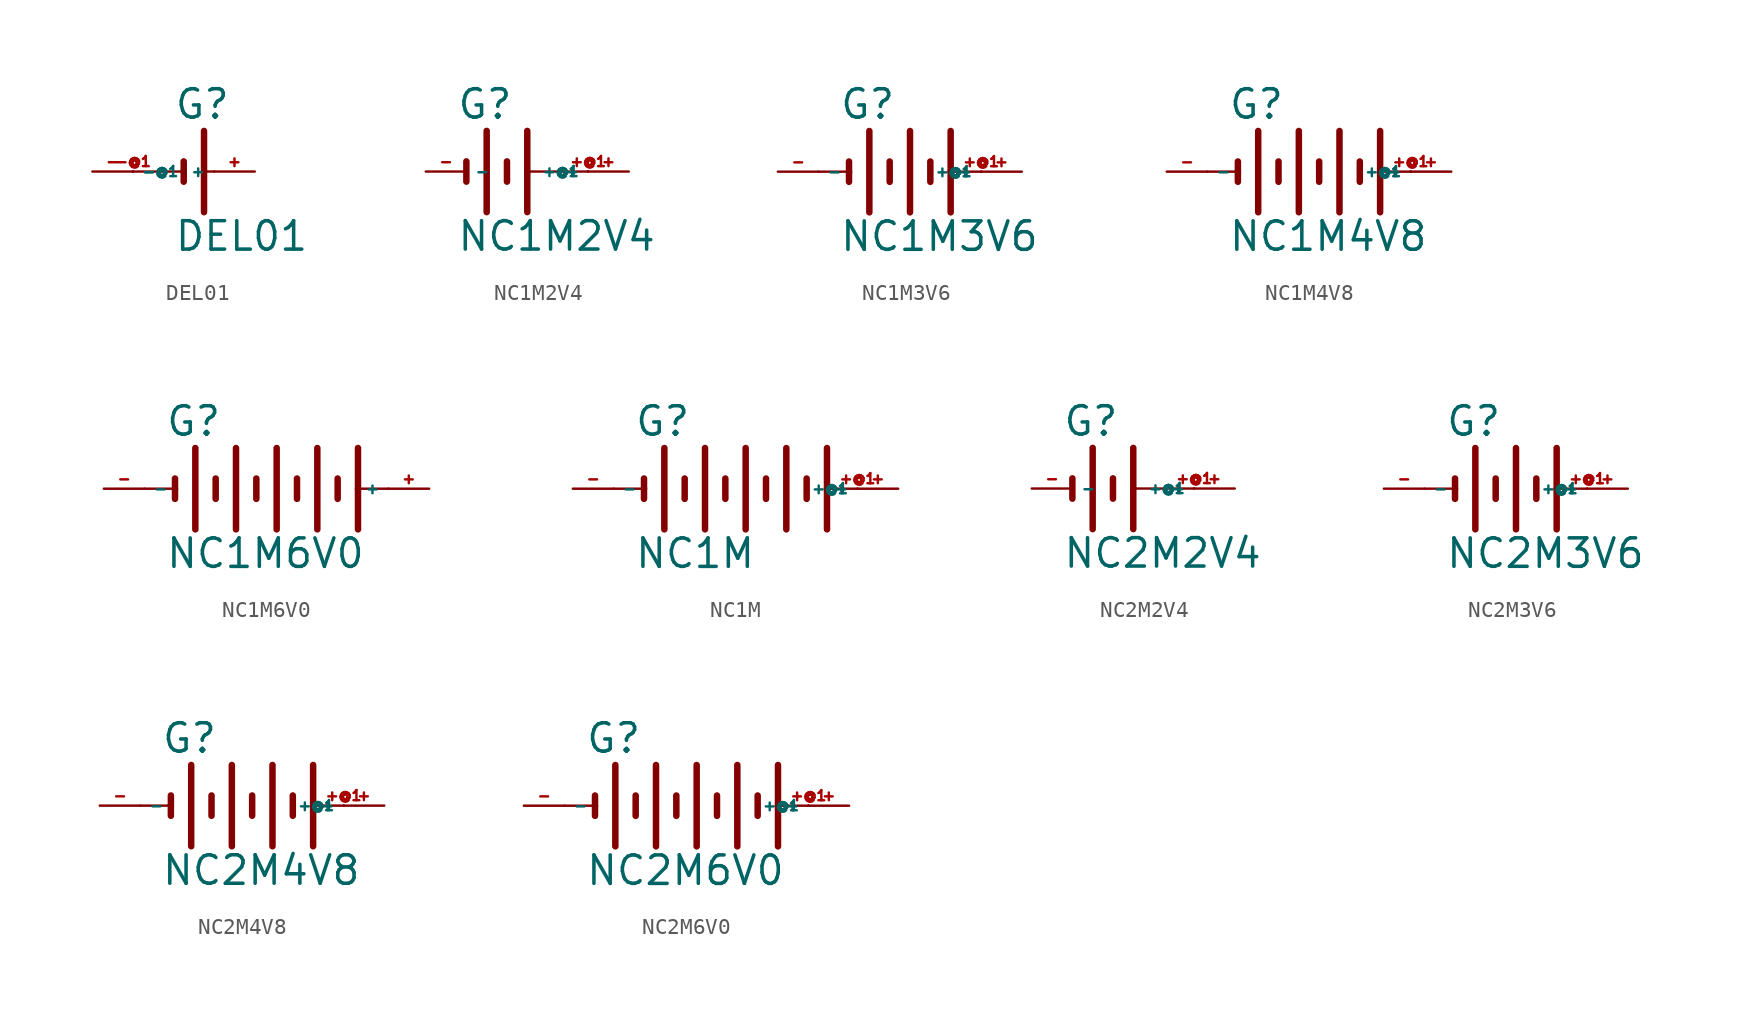
<source format=kicad_sym>
(kicad_symbol_lib
  (version 20220914)
  (generator Eagle2Kicad)
  (symbol "DEL01"
    (property "Reference" "G"
      (at 0 3.175 0)
      (effects (font (size 1.778 1.778) (thickness 0.22)) (justify left bottom)))
    (property "Value" "DEL01"
      (at 0 -5.08 0)
      (effects (font (size 1.778 1.778) (thickness 0.22)) (justify left bottom)))
    (polyline
      (pts (xy 0.635 0.635) (xy 0.635 0))
      (stroke (width 0.406) (type default))
      (fill (type none)))
    (polyline
      (pts (xy -2.54 0) (xy 0.635 0))
      (stroke (width 0.152) (type default))
      (fill (type none)))
    (polyline
      (pts (xy 0.635 0) (xy 0.635 -0.635))
      (stroke (width 0.406) (type default))
      (fill (type none)))
    (polyline
      (pts (xy 1.905 2.54) (xy 1.905 0))
      (stroke (width 0.406) (type default))
      (fill (type none)))
    (polyline
      (pts (xy 1.905 0) (xy 2.54 0))
      (stroke (width 0.152) (type default))
      (fill (type none)))
    (polyline
      (pts (xy 1.905 0) (xy 1.905 -2.54))
      (stroke (width 0.406) (type default))
      (fill (type none)))
    (pin passive line
      (at 5.08 0 180)
      (length 2.54)
      (name "+" (effects (font (size 0.635 0.635) (thickness 0.08)) (justify left bottom)))
      (number "+" (effects (font (size 0.635 0.635) (thickness 0.08)) (justify left bottom))))
    (pin passive line
      (at -5.08 0 0)
      (length 2.54)
      (name "-" (effects (font (size 0.635 0.635) (thickness 0.08)) (justify left bottom)))
      (number "-" (effects (font (size 0.635 0.635) (thickness 0.08)) (justify left bottom))))
    (pin passive line
      (at -2.54 0 0)
      (length 0)
      (name "-@1" (effects (font (size 0.635 0.635) (thickness 0.08)) (justify left bottom)))
      (number "-@1" (effects (font (size 0.635 0.635) (thickness 0.08)) (justify left bottom)))))
  (symbol "NC1M2V4"
    (property "Reference" "G"
      (at -3.175 3.175 0)
      (effects (font (size 1.778 1.778) (thickness 0.22)) (justify left bottom)))
    (property "Value" "NC1M2V4"
      (at -3.175 -5.08 0)
      (effects (font (size 1.778 1.778) (thickness 0.22)) (justify left bottom)))
    (polyline
      (pts (xy -2.54 0.635) (xy -2.54 -0.635))
      (stroke (width 0.406) (type default))
      (fill (type none)))
    (polyline
      (pts (xy -1.27 2.54) (xy -1.27 -2.54))
      (stroke (width 0.406) (type default))
      (fill (type none)))
    (polyline
      (pts (xy 0 0.635) (xy 0 -0.635))
      (stroke (width 0.406) (type default))
      (fill (type none)))
    (polyline
      (pts (xy 1.27 2.54) (xy 1.27 0))
      (stroke (width 0.406) (type default))
      (fill (type none)))
    (polyline
      (pts (xy 1.27 0) (xy 5.08 0))
      (stroke (width 0.152) (type default))
      (fill (type none)))
    (polyline
      (pts (xy 1.27 0) (xy 1.27 -2.54))
      (stroke (width 0.406) (type default))
      (fill (type none)))
    (pin passive line
      (at 7.62 0 180)
      (length 2.54)
      (name "+" (effects (font (size 0.635 0.635) (thickness 0.08)) (justify left bottom)))
      (number "+" (effects (font (size 0.635 0.635) (thickness 0.08)) (justify left bottom))))
    (pin passive line
      (at -5.08 0 0)
      (length 2.54)
      (name "-" (effects (font (size 0.635 0.635) (thickness 0.08)) (justify left bottom)))
      (number "-" (effects (font (size 0.635 0.635) (thickness 0.08)) (justify left bottom))))
    (pin passive line
      (at 5.08 0 180)
      (length 0)
      (name "+@1" (effects (font (size 0.635 0.635) (thickness 0.08)) (justify left bottom)))
      (number "+@1" (effects (font (size 0.635 0.635) (thickness 0.08)) (justify left bottom)))))
  (symbol "NC1M3V6"
    (property "Reference" "G"
      (at -3.81 3.175 0)
      (effects (font (size 1.778 1.778) (thickness 0.22)) (justify left bottom)))
    (property "Value" "NC1M3V6"
      (at -3.81 -5.08 0)
      (effects (font (size 1.778 1.778) (thickness 0.22)) (justify left bottom)))
    (polyline
      (pts (xy -3.175 0.635) (xy -3.175 0))
      (stroke (width 0.406) (type default))
      (fill (type none)))
    (polyline
      (pts (xy -5.08 0) (xy -3.175 0))
      (stroke (width 0.152) (type default))
      (fill (type none)))
    (polyline
      (pts (xy -3.175 0) (xy -3.175 -0.635))
      (stroke (width 0.406) (type default))
      (fill (type none)))
    (polyline
      (pts (xy -1.905 2.54) (xy -1.905 -2.54))
      (stroke (width 0.406) (type default))
      (fill (type none)))
    (polyline
      (pts (xy 1.905 0.635) (xy 1.905 -0.635))
      (stroke (width 0.406) (type default))
      (fill (type none)))
    (polyline
      (pts (xy 3.175 2.54) (xy 3.175 0))
      (stroke (width 0.406) (type default))
      (fill (type none)))
    (polyline
      (pts (xy 3.175 0) (xy 5.08 0))
      (stroke (width 0.152) (type default))
      (fill (type none)))
    (polyline
      (pts (xy 3.175 0) (xy 3.175 -2.54))
      (stroke (width 0.406) (type default))
      (fill (type none)))
    (polyline
      (pts (xy 0.635 2.54) (xy 0.635 -2.54))
      (stroke (width 0.406) (type default))
      (fill (type none)))
    (polyline
      (pts (xy -0.635 0.635) (xy -0.635 -0.635))
      (stroke (width 0.406) (type default))
      (fill (type none)))
    (pin passive line
      (at 7.62 0 180)
      (length 2.54)
      (name "+" (effects (font (size 0.635 0.635) (thickness 0.08)) (justify left bottom)))
      (number "+" (effects (font (size 0.635 0.635) (thickness 0.08)) (justify left bottom))))
    (pin passive line
      (at -7.62 0 0)
      (length 2.54)
      (name "-" (effects (font (size 0.635 0.635) (thickness 0.08)) (justify left bottom)))
      (number "-" (effects (font (size 0.635 0.635) (thickness 0.08)) (justify left bottom))))
    (pin passive line
      (at 5.08 0 180)
      (length 0)
      (name "+@1" (effects (font (size 0.635 0.635) (thickness 0.08)) (justify left bottom)))
      (number "+@1" (effects (font (size 0.635 0.635) (thickness 0.08)) (justify left bottom)))))
  (symbol "NC1M4V8"
    (property "Reference" "G"
      (at -6.35 3.175 0)
      (effects (font (size 1.778 1.778) (thickness 0.22)) (justify left bottom)))
    (property "Value" "NC1M4V8"
      (at -6.35 -5.08 0)
      (effects (font (size 1.778 1.778) (thickness 0.22)) (justify left bottom)))
    (polyline
      (pts (xy -5.715 0.635) (xy -5.715 0))
      (stroke (width 0.406) (type default))
      (fill (type none)))
    (polyline
      (pts (xy -7.62 0) (xy -5.715 0))
      (stroke (width 0.152) (type default))
      (fill (type none)))
    (polyline
      (pts (xy -5.715 0) (xy -5.715 -0.635))
      (stroke (width 0.406) (type default))
      (fill (type none)))
    (polyline
      (pts (xy -4.445 2.54) (xy -4.445 -2.54))
      (stroke (width 0.406) (type default))
      (fill (type none)))
    (polyline
      (pts (xy -3.175 0.635) (xy -3.175 -0.635))
      (stroke (width 0.406) (type default))
      (fill (type none)))
    (polyline
      (pts (xy 3.175 2.54) (xy 3.175 0))
      (stroke (width 0.406) (type default))
      (fill (type none)))
    (polyline
      (pts (xy 3.175 0) (xy 5.08 0))
      (stroke (width 0.152) (type default))
      (fill (type none)))
    (polyline
      (pts (xy 3.175 0) (xy 3.175 -2.54))
      (stroke (width 0.406) (type default))
      (fill (type none)))
    (polyline
      (pts (xy -1.905 2.54) (xy -1.905 -2.54))
      (stroke (width 0.406) (type default))
      (fill (type none)))
    (polyline
      (pts (xy -0.635 0.635) (xy -0.635 -0.635))
      (stroke (width 0.406) (type default))
      (fill (type none)))
    (polyline
      (pts (xy 0.635 2.54) (xy 0.635 -2.54))
      (stroke (width 0.406) (type default))
      (fill (type none)))
    (polyline
      (pts (xy 1.905 0.635) (xy 1.905 -0.635))
      (stroke (width 0.406) (type default))
      (fill (type none)))
    (pin passive line
      (at 7.62 0 180)
      (length 2.54)
      (name "+" (effects (font (size 0.635 0.635) (thickness 0.08)) (justify left bottom)))
      (number "+" (effects (font (size 0.635 0.635) (thickness 0.08)) (justify left bottom))))
    (pin passive line
      (at -10.16 0 0)
      (length 2.54)
      (name "-" (effects (font (size 0.635 0.635) (thickness 0.08)) (justify left bottom)))
      (number "-" (effects (font (size 0.635 0.635) (thickness 0.08)) (justify left bottom))))
    (pin passive line
      (at 5.08 0 180)
      (length 0)
      (name "+@1" (effects (font (size 0.635 0.635) (thickness 0.08)) (justify left bottom)))
      (number "+@1" (effects (font (size 0.635 0.635) (thickness 0.08)) (justify left bottom)))))
  (symbol "NC1M6V0"
    (property "Reference" "G"
      (at -6.35 3.175 0)
      (effects (font (size 1.778 1.778) (thickness 0.22)) (justify left bottom)))
    (property "Value" "NC1M6V0"
      (at -6.35 -5.08 0)
      (effects (font (size 1.778 1.778) (thickness 0.22)) (justify left bottom)))
    (polyline
      (pts (xy -5.715 0.635) (xy -5.715 0))
      (stroke (width 0.406) (type default))
      (fill (type none)))
    (polyline
      (pts (xy -7.62 0) (xy -5.715 0))
      (stroke (width 0.152) (type default))
      (fill (type none)))
    (polyline
      (pts (xy -5.715 0) (xy -5.715 -0.635))
      (stroke (width 0.406) (type default))
      (fill (type none)))
    (polyline
      (pts (xy -4.445 2.54) (xy -4.445 -2.54))
      (stroke (width 0.406) (type default))
      (fill (type none)))
    (polyline
      (pts (xy -3.175 0.635) (xy -3.175 -0.635))
      (stroke (width 0.406) (type default))
      (fill (type none)))
    (polyline
      (pts (xy 5.715 2.54) (xy 5.715 0))
      (stroke (width 0.406) (type default))
      (fill (type none)))
    (polyline
      (pts (xy 5.715 0) (xy 7.62 0))
      (stroke (width 0.152) (type default))
      (fill (type none)))
    (polyline
      (pts (xy 5.715 0) (xy 5.715 -2.54))
      (stroke (width 0.406) (type default))
      (fill (type none)))
    (polyline
      (pts (xy -1.905 2.54) (xy -1.905 -2.54))
      (stroke (width 0.406) (type default))
      (fill (type none)))
    (polyline
      (pts (xy -0.635 0.635) (xy -0.635 -0.635))
      (stroke (width 0.406) (type default))
      (fill (type none)))
    (polyline
      (pts (xy 0.635 2.54) (xy 0.635 -2.54))
      (stroke (width 0.406) (type default))
      (fill (type none)))
    (polyline
      (pts (xy 1.905 0.635) (xy 1.905 -0.635))
      (stroke (width 0.406) (type default))
      (fill (type none)))
    (polyline
      (pts (xy 4.445 0.635) (xy 4.445 -0.635))
      (stroke (width 0.406) (type default))
      (fill (type none)))
    (polyline
      (pts (xy 3.175 2.54) (xy 3.175 -2.54))
      (stroke (width 0.406) (type default))
      (fill (type none)))
    (pin passive line
      (at 10.16 0 180)
      (length 2.54)
      (name "+" (effects (font (size 0.635 0.635) (thickness 0.08)) (justify left bottom)))
      (number "+" (effects (font (size 0.635 0.635) (thickness 0.08)) (justify left bottom))))
    (pin passive line
      (at -10.16 0 0)
      (length 2.54)
      (name "-" (effects (font (size 0.635 0.635) (thickness 0.08)) (justify left bottom)))
      (number "-" (effects (font (size 0.635 0.635) (thickness 0.08)) (justify left bottom)))))
  (symbol "NC1M"
    (property "Reference" "G"
      (at -6.35 3.175 0)
      (effects (font (size 1.778 1.778) (thickness 0.22)) (justify left bottom)))
    (property "Value" "NC1M"
      (at -6.35 -5.08 0)
      (effects (font (size 1.778 1.778) (thickness 0.22)) (justify left bottom)))
    (polyline
      (pts (xy -5.715 0.635) (xy -5.715 0))
      (stroke (width 0.406) (type default))
      (fill (type none)))
    (polyline
      (pts (xy -7.62 0) (xy -5.715 0))
      (stroke (width 0.152) (type default))
      (fill (type none)))
    (polyline
      (pts (xy -5.715 0) (xy -5.715 -0.635))
      (stroke (width 0.406) (type default))
      (fill (type none)))
    (polyline
      (pts (xy -4.445 2.54) (xy -4.445 -2.54))
      (stroke (width 0.406) (type default))
      (fill (type none)))
    (polyline
      (pts (xy -3.175 0.635) (xy -3.175 -0.635))
      (stroke (width 0.406) (type default))
      (fill (type none)))
    (polyline
      (pts (xy 5.715 2.54) (xy 5.715 0))
      (stroke (width 0.406) (type default))
      (fill (type none)))
    (polyline
      (pts (xy 5.715 0) (xy 7.62 0))
      (stroke (width 0.152) (type default))
      (fill (type none)))
    (polyline
      (pts (xy 5.715 0) (xy 5.715 -2.54))
      (stroke (width 0.406) (type default))
      (fill (type none)))
    (polyline
      (pts (xy -1.905 2.54) (xy -1.905 -2.54))
      (stroke (width 0.406) (type default))
      (fill (type none)))
    (polyline
      (pts (xy -0.635 0.635) (xy -0.635 -0.635))
      (stroke (width 0.406) (type default))
      (fill (type none)))
    (polyline
      (pts (xy 0.635 2.54) (xy 0.635 -2.54))
      (stroke (width 0.406) (type default))
      (fill (type none)))
    (polyline
      (pts (xy 1.905 0.635) (xy 1.905 -0.635))
      (stroke (width 0.406) (type default))
      (fill (type none)))
    (polyline
      (pts (xy 4.445 0.635) (xy 4.445 -0.635))
      (stroke (width 0.406) (type default))
      (fill (type none)))
    (polyline
      (pts (xy 3.175 2.54) (xy 3.175 -2.54))
      (stroke (width 0.406) (type default))
      (fill (type none)))
    (pin passive line
      (at 10.16 0 180)
      (length 2.54)
      (name "+" (effects (font (size 0.635 0.635) (thickness 0.08)) (justify left bottom)))
      (number "+" (effects (font (size 0.635 0.635) (thickness 0.08)) (justify left bottom))))
    (pin passive line
      (at -10.16 0 0)
      (length 2.54)
      (name "-" (effects (font (size 0.635 0.635) (thickness 0.08)) (justify left bottom)))
      (number "-" (effects (font (size 0.635 0.635) (thickness 0.08)) (justify left bottom))))
    (pin passive line
      (at 7.62 0 180)
      (length 0)
      (name "+@1" (effects (font (size 0.635 0.635) (thickness 0.08)) (justify left bottom)))
      (number "+@1" (effects (font (size 0.635 0.635) (thickness 0.08)) (justify left bottom)))))
  (symbol "NC2M2V4"
    (property "Reference" "G"
      (at -3.175 3.175 0)
      (effects (font (size 1.778 1.778) (thickness 0.22)) (justify left bottom)))
    (property "Value" "NC2M2V4"
      (at -3.175 -5.08 0)
      (effects (font (size 1.778 1.778) (thickness 0.22)) (justify left bottom)))
    (polyline
      (pts (xy -2.54 0.635) (xy -2.54 -0.635))
      (stroke (width 0.406) (type default))
      (fill (type none)))
    (polyline
      (pts (xy -1.27 2.54) (xy -1.27 -2.54))
      (stroke (width 0.406) (type default))
      (fill (type none)))
    (polyline
      (pts (xy 0 0.635) (xy 0 -0.635))
      (stroke (width 0.406) (type default))
      (fill (type none)))
    (polyline
      (pts (xy 1.27 2.54) (xy 1.27 0))
      (stroke (width 0.406) (type default))
      (fill (type none)))
    (polyline
      (pts (xy 1.27 0) (xy 5.08 0))
      (stroke (width 0.152) (type default))
      (fill (type none)))
    (polyline
      (pts (xy 1.27 0) (xy 1.27 -2.54))
      (stroke (width 0.406) (type default))
      (fill (type none)))
    (pin passive line
      (at 7.62 0 180)
      (length 2.54)
      (name "+" (effects (font (size 0.635 0.635) (thickness 0.08)) (justify left bottom)))
      (number "+" (effects (font (size 0.635 0.635) (thickness 0.08)) (justify left bottom))))
    (pin passive line
      (at -5.08 0 0)
      (length 2.54)
      (name "-" (effects (font (size 0.635 0.635) (thickness 0.08)) (justify left bottom)))
      (number "-" (effects (font (size 0.635 0.635) (thickness 0.08)) (justify left bottom))))
    (pin passive line
      (at 5.08 0 180)
      (length 0)
      (name "+@1" (effects (font (size 0.635 0.635) (thickness 0.08)) (justify left bottom)))
      (number "+@1" (effects (font (size 0.635 0.635) (thickness 0.08)) (justify left bottom)))))
  (symbol "NC2M3V6"
    (property "Reference" "G"
      (at -3.81 3.175 0)
      (effects (font (size 1.778 1.778) (thickness 0.22)) (justify left bottom)))
    (property "Value" "NC2M3V6"
      (at -3.81 -5.08 0)
      (effects (font (size 1.778 1.778) (thickness 0.22)) (justify left bottom)))
    (polyline
      (pts (xy -3.175 0.635) (xy -3.175 0))
      (stroke (width 0.406) (type default))
      (fill (type none)))
    (polyline
      (pts (xy -5.08 0) (xy -3.175 0))
      (stroke (width 0.152) (type default))
      (fill (type none)))
    (polyline
      (pts (xy -3.175 0) (xy -3.175 -0.635))
      (stroke (width 0.406) (type default))
      (fill (type none)))
    (polyline
      (pts (xy -1.905 2.54) (xy -1.905 -2.54))
      (stroke (width 0.406) (type default))
      (fill (type none)))
    (polyline
      (pts (xy 1.905 0.635) (xy 1.905 -0.635))
      (stroke (width 0.406) (type default))
      (fill (type none)))
    (polyline
      (pts (xy 3.175 2.54) (xy 3.175 0))
      (stroke (width 0.406) (type default))
      (fill (type none)))
    (polyline
      (pts (xy 3.175 0) (xy 5.08 0))
      (stroke (width 0.152) (type default))
      (fill (type none)))
    (polyline
      (pts (xy 3.175 0) (xy 3.175 -2.54))
      (stroke (width 0.406) (type default))
      (fill (type none)))
    (polyline
      (pts (xy 0.635 2.54) (xy 0.635 -2.54))
      (stroke (width 0.406) (type default))
      (fill (type none)))
    (polyline
      (pts (xy -0.635 0.635) (xy -0.635 -0.635))
      (stroke (width 0.406) (type default))
      (fill (type none)))
    (pin passive line
      (at 7.62 0 180)
      (length 2.54)
      (name "+" (effects (font (size 0.635 0.635) (thickness 0.08)) (justify left bottom)))
      (number "+" (effects (font (size 0.635 0.635) (thickness 0.08)) (justify left bottom))))
    (pin passive line
      (at -7.62 0 0)
      (length 2.54)
      (name "-" (effects (font (size 0.635 0.635) (thickness 0.08)) (justify left bottom)))
      (number "-" (effects (font (size 0.635 0.635) (thickness 0.08)) (justify left bottom))))
    (pin passive line
      (at 5.08 0 180)
      (length 0)
      (name "+@1" (effects (font (size 0.635 0.635) (thickness 0.08)) (justify left bottom)))
      (number "+@1" (effects (font (size 0.635 0.635) (thickness 0.08)) (justify left bottom)))))
  (symbol "NC2M4V8"
    (property "Reference" "G"
      (at -6.35 3.175 0)
      (effects (font (size 1.778 1.778) (thickness 0.22)) (justify left bottom)))
    (property "Value" "NC2M4V8"
      (at -6.35 -5.08 0)
      (effects (font (size 1.778 1.778) (thickness 0.22)) (justify left bottom)))
    (polyline
      (pts (xy -5.715 0.635) (xy -5.715 0))
      (stroke (width 0.406) (type default))
      (fill (type none)))
    (polyline
      (pts (xy -7.62 0) (xy -5.715 0))
      (stroke (width 0.152) (type default))
      (fill (type none)))
    (polyline
      (pts (xy -5.715 0) (xy -5.715 -0.635))
      (stroke (width 0.406) (type default))
      (fill (type none)))
    (polyline
      (pts (xy -4.445 2.54) (xy -4.445 -2.54))
      (stroke (width 0.406) (type default))
      (fill (type none)))
    (polyline
      (pts (xy -3.175 0.635) (xy -3.175 -0.635))
      (stroke (width 0.406) (type default))
      (fill (type none)))
    (polyline
      (pts (xy 3.175 2.54) (xy 3.175 0))
      (stroke (width 0.406) (type default))
      (fill (type none)))
    (polyline
      (pts (xy 3.175 0) (xy 5.08 0))
      (stroke (width 0.152) (type default))
      (fill (type none)))
    (polyline
      (pts (xy 3.175 0) (xy 3.175 -2.54))
      (stroke (width 0.406) (type default))
      (fill (type none)))
    (polyline
      (pts (xy -1.905 2.54) (xy -1.905 -2.54))
      (stroke (width 0.406) (type default))
      (fill (type none)))
    (polyline
      (pts (xy -0.635 0.635) (xy -0.635 -0.635))
      (stroke (width 0.406) (type default))
      (fill (type none)))
    (polyline
      (pts (xy 0.635 2.54) (xy 0.635 -2.54))
      (stroke (width 0.406) (type default))
      (fill (type none)))
    (polyline
      (pts (xy 1.905 0.635) (xy 1.905 -0.635))
      (stroke (width 0.406) (type default))
      (fill (type none)))
    (pin passive line
      (at 7.62 0 180)
      (length 2.54)
      (name "+" (effects (font (size 0.635 0.635) (thickness 0.08)) (justify left bottom)))
      (number "+" (effects (font (size 0.635 0.635) (thickness 0.08)) (justify left bottom))))
    (pin passive line
      (at -10.16 0 0)
      (length 2.54)
      (name "-" (effects (font (size 0.635 0.635) (thickness 0.08)) (justify left bottom)))
      (number "-" (effects (font (size 0.635 0.635) (thickness 0.08)) (justify left bottom))))
    (pin passive line
      (at 5.08 0 180)
      (length 0)
      (name "+@1" (effects (font (size 0.635 0.635) (thickness 0.08)) (justify left bottom)))
      (number "+@1" (effects (font (size 0.635 0.635) (thickness 0.08)) (justify left bottom)))))
  (symbol "NC2M6V0"
    (property "Reference" "G"
      (at -6.35 3.175 0)
      (effects (font (size 1.778 1.778) (thickness 0.22)) (justify left bottom)))
    (property "Value" "NC2M6V0"
      (at -6.35 -5.08 0)
      (effects (font (size 1.778 1.778) (thickness 0.22)) (justify left bottom)))
    (polyline
      (pts (xy -5.715 0.635) (xy -5.715 0))
      (stroke (width 0.406) (type default))
      (fill (type none)))
    (polyline
      (pts (xy -7.62 0) (xy -5.715 0))
      (stroke (width 0.152) (type default))
      (fill (type none)))
    (polyline
      (pts (xy -5.715 0) (xy -5.715 -0.635))
      (stroke (width 0.406) (type default))
      (fill (type none)))
    (polyline
      (pts (xy -4.445 2.54) (xy -4.445 -2.54))
      (stroke (width 0.406) (type default))
      (fill (type none)))
    (polyline
      (pts (xy -3.175 0.635) (xy -3.175 -0.635))
      (stroke (width 0.406) (type default))
      (fill (type none)))
    (polyline
      (pts (xy 5.715 2.54) (xy 5.715 0))
      (stroke (width 0.406) (type default))
      (fill (type none)))
    (polyline
      (pts (xy 5.715 0) (xy 7.62 0))
      (stroke (width 0.152) (type default))
      (fill (type none)))
    (polyline
      (pts (xy 5.715 0) (xy 5.715 -2.54))
      (stroke (width 0.406) (type default))
      (fill (type none)))
    (polyline
      (pts (xy -1.905 2.54) (xy -1.905 -2.54))
      (stroke (width 0.406) (type default))
      (fill (type none)))
    (polyline
      (pts (xy -0.635 0.635) (xy -0.635 -0.635))
      (stroke (width 0.406) (type default))
      (fill (type none)))
    (polyline
      (pts (xy 0.635 2.54) (xy 0.635 -2.54))
      (stroke (width 0.406) (type default))
      (fill (type none)))
    (polyline
      (pts (xy 1.905 0.635) (xy 1.905 -0.635))
      (stroke (width 0.406) (type default))
      (fill (type none)))
    (polyline
      (pts (xy 4.445 0.635) (xy 4.445 -0.635))
      (stroke (width 0.406) (type default))
      (fill (type none)))
    (polyline
      (pts (xy 3.175 2.54) (xy 3.175 -2.54))
      (stroke (width 0.406) (type default))
      (fill (type none)))
    (pin passive line
      (at 10.16 0 180)
      (length 2.54)
      (name "+" (effects (font (size 0.635 0.635) (thickness 0.08)) (justify left bottom)))
      (number "+" (effects (font (size 0.635 0.635) (thickness 0.08)) (justify left bottom))))
    (pin passive line
      (at -10.16 0 0)
      (length 2.54)
      (name "-" (effects (font (size 0.635 0.635) (thickness 0.08)) (justify left bottom)))
      (number "-" (effects (font (size 0.635 0.635) (thickness 0.08)) (justify left bottom))))
    (pin passive line
      (at 7.62 0 180)
      (length 0)
      (name "+@1" (effects (font (size 0.635 0.635) (thickness 0.08)) (justify left bottom)))
      (number "+@1" (effects (font (size 0.635 0.635) (thickness 0.08)) (justify left bottom))))))
</source>
